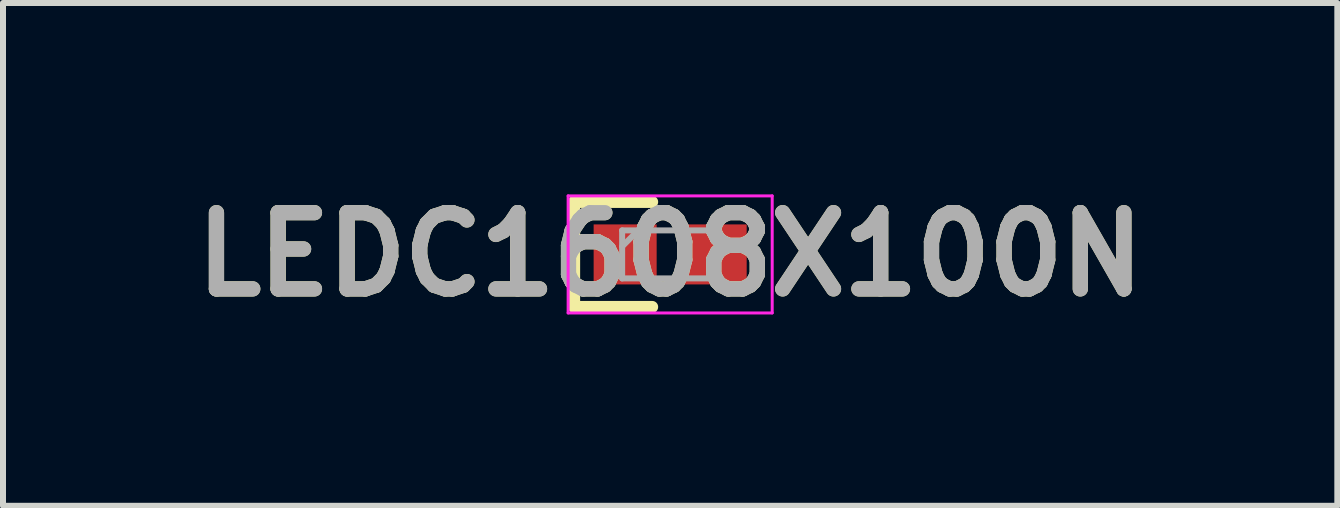
<source format=kicad_pcb>
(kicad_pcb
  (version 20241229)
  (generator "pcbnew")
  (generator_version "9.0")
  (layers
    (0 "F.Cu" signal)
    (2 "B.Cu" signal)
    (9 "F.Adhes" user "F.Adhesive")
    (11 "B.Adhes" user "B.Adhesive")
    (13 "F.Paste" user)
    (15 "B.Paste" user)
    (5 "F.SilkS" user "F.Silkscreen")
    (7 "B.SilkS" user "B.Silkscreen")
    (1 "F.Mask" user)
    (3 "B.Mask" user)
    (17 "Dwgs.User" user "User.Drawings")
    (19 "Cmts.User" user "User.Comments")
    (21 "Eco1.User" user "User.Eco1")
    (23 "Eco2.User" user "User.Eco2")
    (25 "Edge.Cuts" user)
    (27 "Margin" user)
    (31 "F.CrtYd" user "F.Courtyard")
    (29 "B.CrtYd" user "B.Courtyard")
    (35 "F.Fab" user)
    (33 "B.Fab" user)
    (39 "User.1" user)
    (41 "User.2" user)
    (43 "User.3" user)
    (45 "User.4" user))
  (footprint "LEDC1608X100N"
    (layer "F.Cu")
    (at 8.116 1.189)
    (property "Reference" "LEDC1608X100N" (at 0 0 0) (layer "F.SilkS") (effects (font (size 1.27 1.27) (thickness 0.254))))
    (attr smd)
    (fp_line (start -1.6 -0.875) (end -1.6 0.875) (stroke (width 0.2) (type solid)) (layer "F.SilkS"))
    (fp_line (start -1.6 0.875) (end -0.3 0.875) (stroke (width 0.2) (type solid)) (layer "F.SilkS"))
    (fp_line (start -0.3 -0.875) (end -1.6 -0.875) (stroke (width 0.2) (type solid)) (layer "F.SilkS"))
    (fp_line (start -1.7 -0.975) (end 1.7 -0.975) (stroke (width 0.05) (type solid)) (layer "F.CrtYd"))
    (fp_line (start -1.7 0.975) (end -1.7 -0.975) (stroke (width 0.05) (type solid)) (layer "F.CrtYd"))
    (fp_line (start 1.7 -0.975) (end 1.7 0.975) (stroke (width 0.05) (type solid)) (layer "F.CrtYd"))
    (fp_line (start 1.7 0.975) (end -1.7 0.975) (stroke (width 0.05) (type solid)) (layer "F.CrtYd"))
    (fp_line (start -0.8 -0.4) (end 0.8 -0.4) (stroke (width 0.1) (type solid)) (layer "F.Fab"))
    (fp_line (start -0.8 -0.133) (end -0.533 -0.4) (stroke (width 0.1) (type solid)) (layer "F.Fab"))
    (fp_line (start -0.8 0.4) (end -0.8 -0.4) (stroke (width 0.1) (type solid)) (layer "F.Fab"))
    (fp_line (start 0.8 -0.4) (end 0.8 0.4) (stroke (width 0.1) (type solid)) (layer "F.Fab"))
    (fp_line (start 0.8 0.4) (end -0.8 0.4) (stroke (width 0.1) (type solid)) (layer "F.Fab"))
    (fp_text user "${REFERENCE}" (at 0 0 0) (layer "F.Fab") (effects (font (size 1.27 1.27) (thickness 0.254))))
    (pad "1" smd rect (at -0.75 0 90) (size 1 1.05) (layers "F.Cu" "F.Mask" "F.Paste"))
    (pad "2" smd rect (at 0.75 0 90) (size 1 1.05) (layers "F.Cu" "F.Mask" "F.Paste")))
  (gr_rect
    (start -3 -3)
    (end 19.232 5.377)
    (stroke (width 0.1) (type default))
    (fill no)
    (layer "Edge.Cuts")))
</source>
